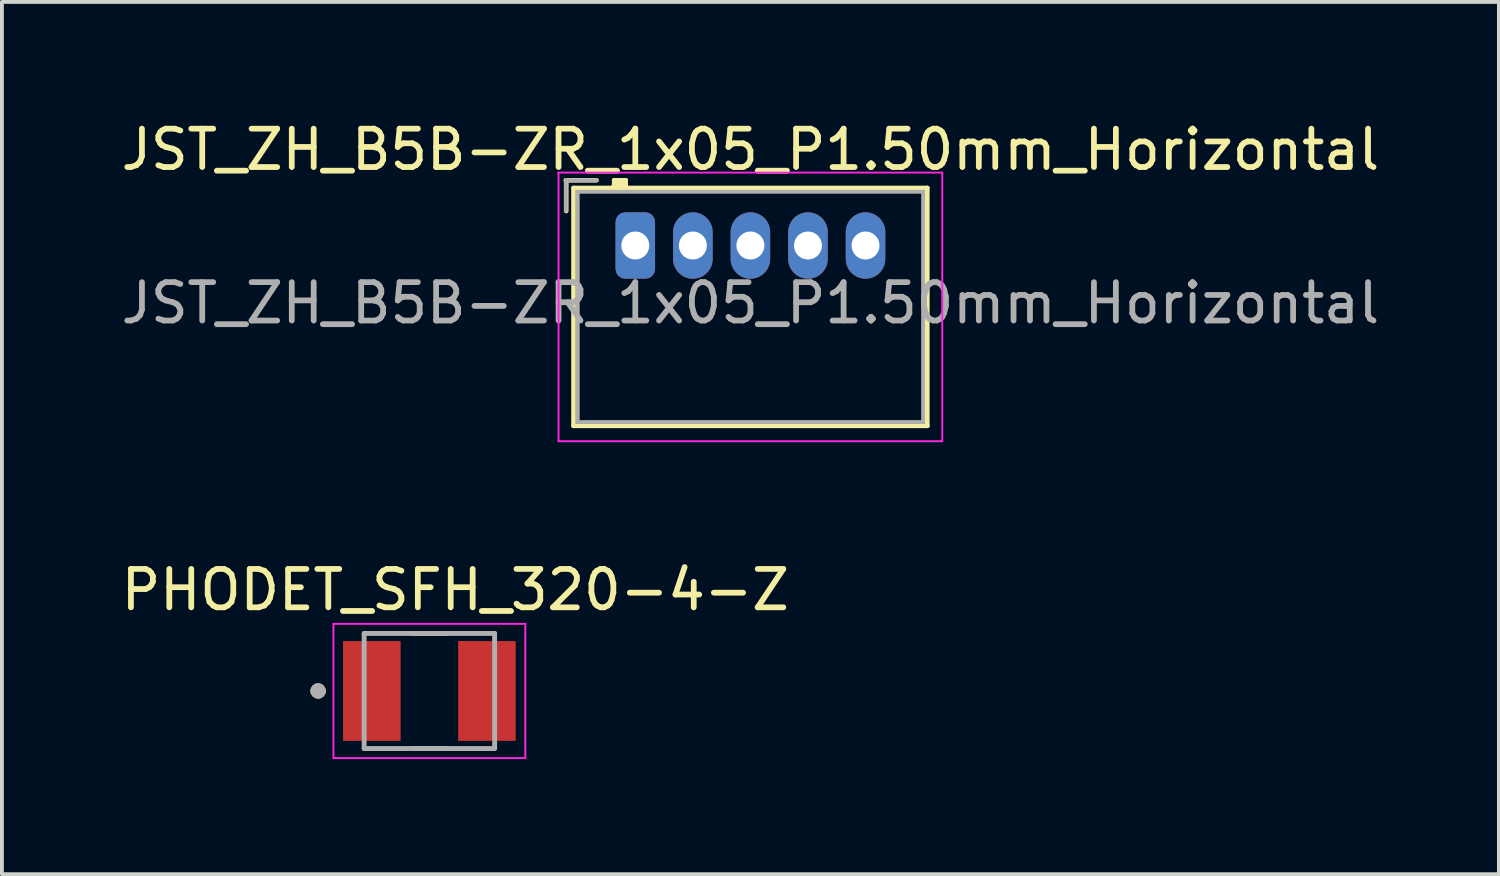
<source format=kicad_pcb>
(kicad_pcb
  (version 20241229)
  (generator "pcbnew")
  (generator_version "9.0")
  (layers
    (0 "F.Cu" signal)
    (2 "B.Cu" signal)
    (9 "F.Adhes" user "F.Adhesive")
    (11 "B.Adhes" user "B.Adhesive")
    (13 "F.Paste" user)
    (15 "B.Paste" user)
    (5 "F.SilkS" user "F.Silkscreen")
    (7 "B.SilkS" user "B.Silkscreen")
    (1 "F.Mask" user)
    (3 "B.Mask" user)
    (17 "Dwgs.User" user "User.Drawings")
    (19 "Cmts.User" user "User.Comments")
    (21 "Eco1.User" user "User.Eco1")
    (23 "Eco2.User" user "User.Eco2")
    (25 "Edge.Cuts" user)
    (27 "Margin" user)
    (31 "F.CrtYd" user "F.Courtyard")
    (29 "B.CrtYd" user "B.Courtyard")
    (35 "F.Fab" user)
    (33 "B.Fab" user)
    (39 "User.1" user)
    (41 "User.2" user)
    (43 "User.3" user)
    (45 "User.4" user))
  (footprint "PHODET_SFH_320-4-Z"
    (layer "F.Cu")
    (at 8.14 14.957)
    (property "Reference" "PHODET_SFH_320-4-Z" (at 0.675 -2.635 0) (layer "F.SilkS") (effects (font (size 1 1) (thickness 0.15))))
    (attr smd)
    (fp_poly (pts (xy -2.25 -1.3) (xy -0.75 -1.3) (xy -0.75 1.3) (xy -2.25 1.3)) (stroke (width 0.01) (type solid)) (fill yes) (layer "F.Mask"))
    (fp_poly (pts (xy 0.75 -1.3) (xy 2.25 -1.3) (xy 2.25 1.3) (xy 0.75 1.3)) (stroke (width 0.01) (type solid)) (fill yes) (layer "F.Mask"))
    (fp_line (start -0.43 -1.5) (end 0.43 -1.5) (stroke (width 0.127) (type solid)) (layer "F.SilkS"))
    (fp_line (start 0.43 1.5) (end -0.43 1.5) (stroke (width 0.127) (type solid)) (layer "F.SilkS"))
    (fp_circle (center -2.9 0) (end -2.8 0) (stroke (width 0.2) (type solid)) (fill no) (layer "F.SilkS"))
    (fp_poly (pts (xy -2.2 -1.25) (xy -0.8 -1.25) (xy -0.8 1.25) (xy -2.2 1.25)) (stroke (width 0.01) (type solid)) (fill yes) (layer "F.Paste"))
    (fp_poly (pts (xy 0.8 -1.25) (xy 2.2 -1.25) (xy 2.2 1.25) (xy 0.8 1.25)) (stroke (width 0.01) (type solid)) (fill yes) (layer "F.Paste"))
    (fp_line (start -2.5 -1.75) (end 2.5 -1.75) (stroke (width 0.05) (type solid)) (layer "F.CrtYd"))
    (fp_line (start -2.5 1.75) (end -2.5 -1.75) (stroke (width 0.05) (type solid)) (layer "F.CrtYd"))
    (fp_line (start 2.5 -1.75) (end 2.5 1.75) (stroke (width 0.05) (type solid)) (layer "F.CrtYd"))
    (fp_line (start 2.5 1.75) (end -2.5 1.75) (stroke (width 0.05) (type solid)) (layer "F.CrtYd"))
    (fp_line (start -1.7 -1.5) (end 1.7 -1.5) (stroke (width 0.127) (type solid)) (layer "F.Fab"))
    (fp_line (start -1.7 1.5) (end -1.7 -1.5) (stroke (width 0.127) (type solid)) (layer "F.Fab"))
    (fp_line (start 1.7 -1.5) (end 1.7 1.5) (stroke (width 0.127) (type solid)) (layer "F.Fab"))
    (fp_line (start 1.7 1.5) (end -1.7 1.5) (stroke (width 0.127) (type solid)) (layer "F.Fab"))
    (fp_circle (center -2.9 0) (end -2.8 0) (stroke (width 0.2) (type solid)) (fill no) (layer "F.Fab"))
    (pad "C" smd rect (at -1.5 0) (size 1.5 2.6) (layers "F.Cu"))
    (pad "E" smd rect (at 1.5 0) (size 1.5 2.6) (layers "F.Cu")))
  (footprint "JST_ZH_B5B-ZR_1x05_P1.50mm_Horizontal"
    (layer "F.Cu")
    (at 13.506 3.348)
    (property "Reference" "JST_ZH_B5B-ZR_1x05_P1.50mm_Horizontal" (at 3 -2.5 0) (layer "F.SilkS") (effects (font (size 1 1) (thickness 0.15))))
    (attr through_hole)
    (fp_line (start -1.8 -1.7) (end -1.8 -0.9) (stroke (width 0.12) (type solid)) (layer "F.SilkS"))
    (fp_line (start -1.61 -1.5) (end -1.61 4.7) (stroke (width 0.12) (type solid)) (layer "F.SilkS"))
    (fp_line (start -1.61 4.7) (end 7.61 4.7) (stroke (width 0.12) (type solid)) (layer "F.SilkS"))
    (fp_line (start -1.01 -1.7) (end -1.81 -1.7) (stroke (width 0.12) (type solid)) (layer "F.SilkS"))
    (fp_line (start -0.55 -1.7) (end -0.55 -1.5) (stroke (width 0.12) (type solid)) (layer "F.SilkS"))
    (fp_line (start -0.3 -1.51) (end -0.6 -1.51) (stroke (width 0.12) (type solid)) (layer "F.SilkS"))
    (fp_line (start -0.25 -1.7) (end -0.55 -1.7) (stroke (width 0.12) (type solid)) (layer "F.SilkS"))
    (fp_line (start -0.25 -1.6) (end -0.55 -1.6) (stroke (width 0.12) (type solid)) (layer "F.SilkS"))
    (fp_line (start -0.25 -1.5) (end -0.25 -1.7) (stroke (width 0.12) (type solid)) (layer "F.SilkS"))
    (fp_line (start 7.61 -1.5) (end -1.61 -1.5) (stroke (width 0.12) (type solid)) (layer "F.SilkS"))
    (fp_line (start 7.61 -1.5) (end 7.61 4.7) (stroke (width 0.12) (type solid)) (layer "F.SilkS"))
    (fp_line (start -2 -1.9) (end -2 5.1) (stroke (width 0.05) (type solid)) (layer "F.CrtYd"))
    (fp_line (start -2 5.1) (end 8 5.1) (stroke (width 0.05) (type solid)) (layer "F.CrtYd"))
    (fp_line (start 8 -1.9) (end -2 -1.9) (stroke (width 0.05) (type solid)) (layer "F.CrtYd"))
    (fp_line (start 8 5.1) (end 8 -1.9) (stroke (width 0.05) (type solid)) (layer "F.CrtYd"))
    (fp_line (start -1.81 -1.71) (end -1.81 -0.91) (stroke (width 0.1) (type solid)) (layer "F.Fab"))
    (fp_line (start -1.5 -1.4) (end -1.5 4.6) (stroke (width 0.1) (type solid)) (layer "F.Fab"))
    (fp_line (start -1.5 4.6) (end 7.5 4.6) (stroke (width 0.1) (type solid)) (layer "F.Fab"))
    (fp_line (start -1.01 -1.7) (end -1.81 -1.7) (stroke (width 0.1) (type solid)) (layer "F.Fab"))
    (fp_line (start 7.5 -1.4) (end -1.5 -1.4) (stroke (width 0.1) (type solid)) (layer "F.Fab"))
    (fp_line (start 7.5 -1.4) (end 7.5 4.6) (stroke (width 0.1) (type solid)) (layer "F.Fab"))
    (fp_text user "${REFERENCE}" (at 3 1.5 0) (layer "F.Fab") (effects (font (size 1 1) (thickness 0.15))))
    (pad "1" thru_hole roundrect (at 0 0) (size 1.03 1.73) (drill 0.73) (layers "*.Cu" "*.Mask") (roundrect_rratio 0.243))
    (pad "2" thru_hole oval (at 1.5 0) (size 1.03 1.73) (drill 0.73) (layers "*.Cu" "*.Mask"))
    (pad "3" thru_hole oval (at 3 0) (size 1.03 1.73) (drill 0.73) (layers "*.Cu" "*.Mask"))
    (pad "4" thru_hole oval (at 4.5 0) (size 1.03 1.73) (drill 0.73) (layers "*.Cu" "*.Mask"))
    (pad "5" thru_hole oval (at 6 0) (size 1.03 1.73) (drill 0.73) (layers "*.Cu" "*.Mask")))
  (gr_rect
    (start -3 -3)
    (end 36.012 19.732)
    (stroke (width 0.1) (type default))
    (fill no)
    (layer "Edge.Cuts")))
</source>
